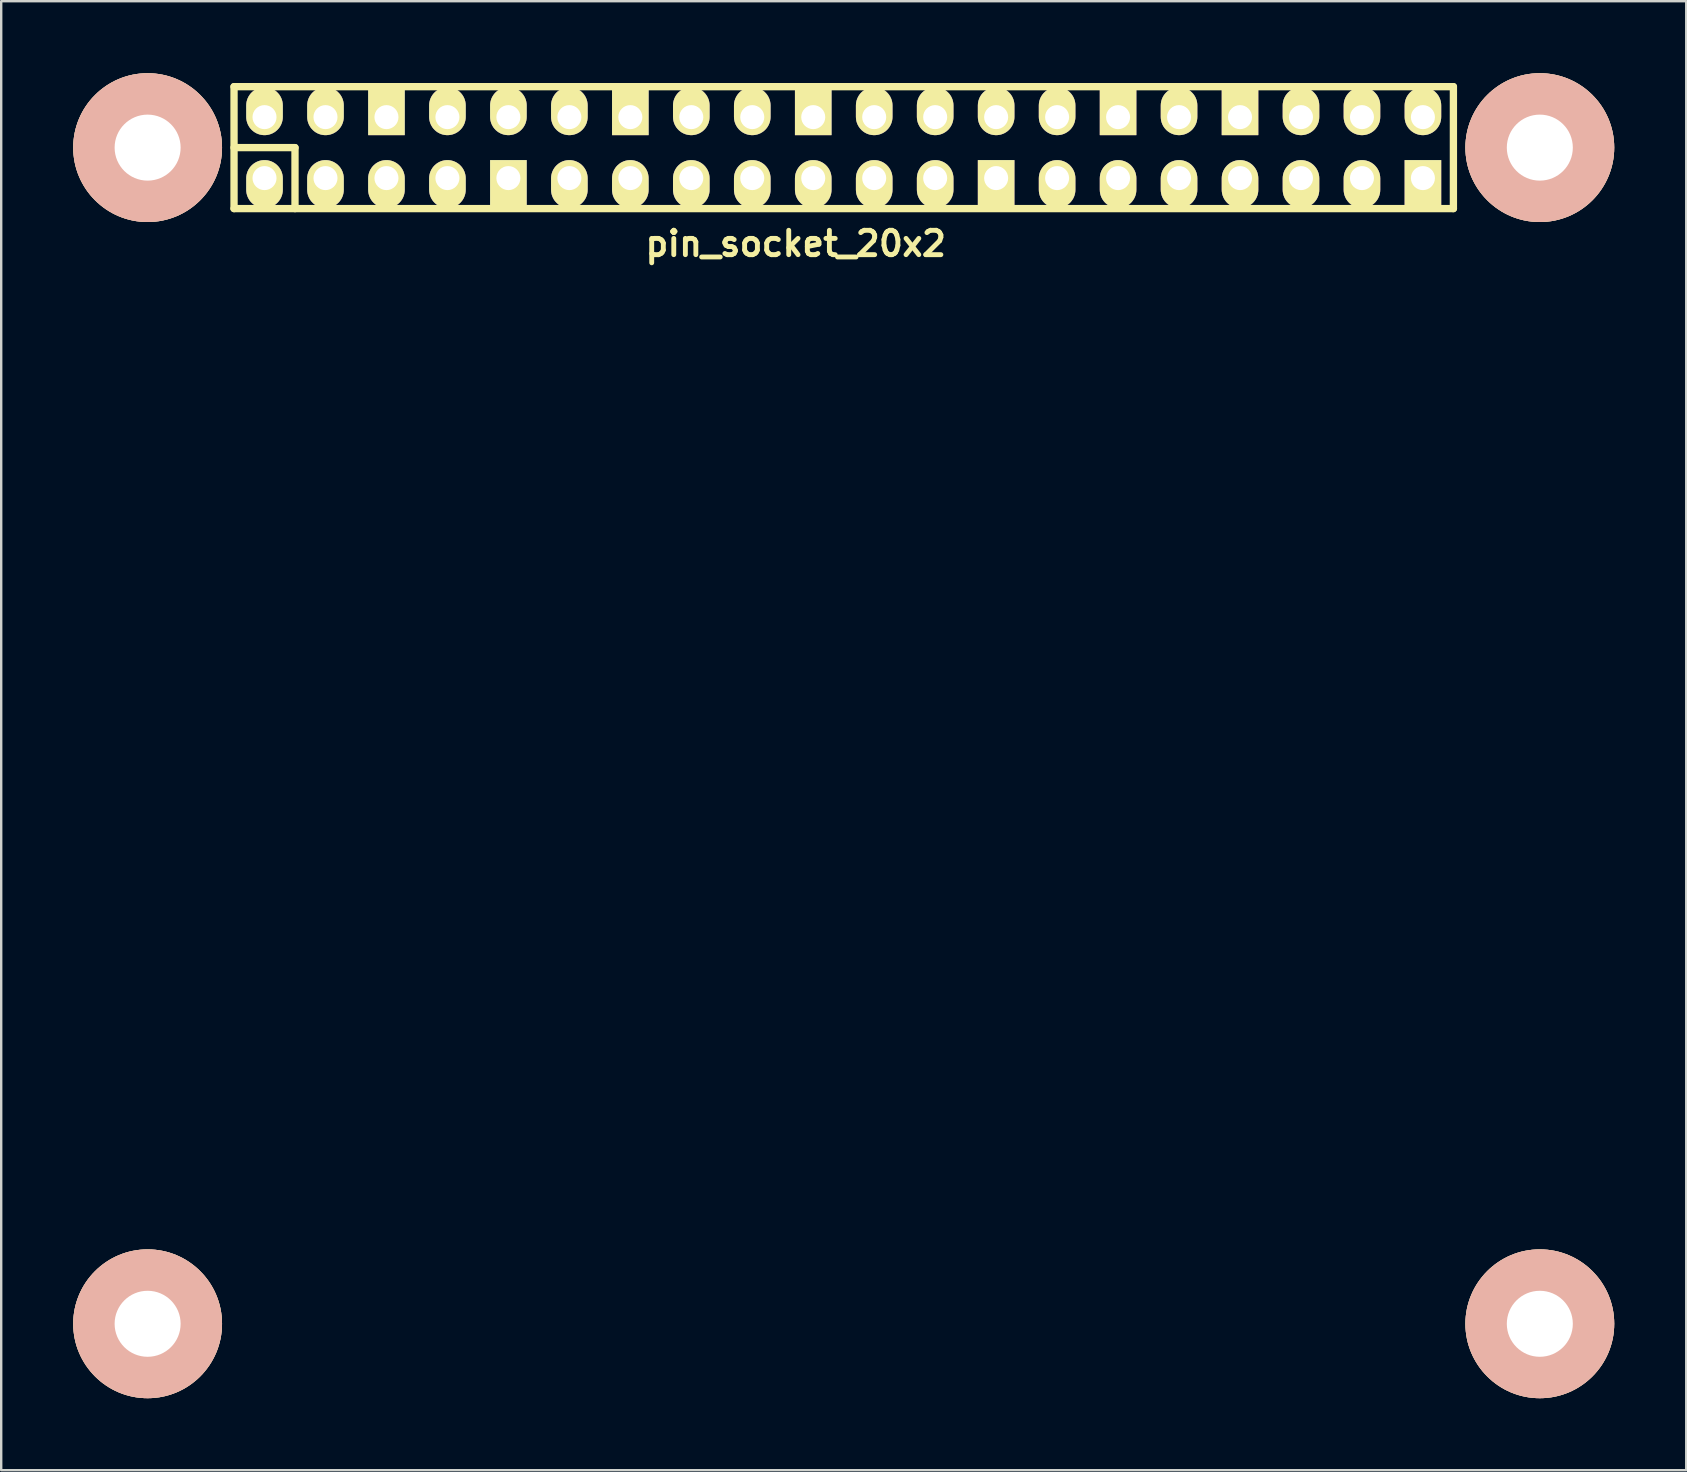
<source format=kicad_pcb>
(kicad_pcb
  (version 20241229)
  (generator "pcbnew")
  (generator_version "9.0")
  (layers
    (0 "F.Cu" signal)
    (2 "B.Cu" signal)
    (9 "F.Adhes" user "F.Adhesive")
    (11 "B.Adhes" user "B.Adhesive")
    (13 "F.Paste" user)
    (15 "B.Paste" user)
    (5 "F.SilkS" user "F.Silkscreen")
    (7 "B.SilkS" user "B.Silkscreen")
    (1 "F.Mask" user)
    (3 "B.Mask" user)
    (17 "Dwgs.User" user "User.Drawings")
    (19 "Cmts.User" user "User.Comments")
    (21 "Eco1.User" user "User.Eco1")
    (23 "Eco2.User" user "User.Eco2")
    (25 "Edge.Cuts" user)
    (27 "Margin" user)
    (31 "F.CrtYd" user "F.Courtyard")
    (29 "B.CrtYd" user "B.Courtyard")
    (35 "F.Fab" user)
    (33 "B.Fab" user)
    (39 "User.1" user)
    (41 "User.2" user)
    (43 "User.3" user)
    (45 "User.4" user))
  (footprint "pin_socket_20x2"
    (layer "F.Cu")
    (at 32.1 3.1)
    (property "Reference" "pin_socket_20x2" (at -2 4 0) (layer "F.SilkS") (effects (font (size 1.016 1.016) (thickness 0.203))))
    (attr through_hole)
    (fp_line (start -25.4 -2.54) (end -25.4 2.54) (stroke (width 0.305) (type solid)) (layer "F.SilkS"))
    (fp_line (start -25.4 -2.54) (end 25.4 -2.54) (stroke (width 0.305) (type solid)) (layer "F.SilkS"))
    (fp_line (start -25.4 0) (end -22.86 0) (stroke (width 0.305) (type solid)) (layer "F.SilkS"))
    (fp_line (start -22.86 0) (end -22.86 2.54) (stroke (width 0.305) (type solid)) (layer "F.SilkS"))
    (fp_line (start 25.4 2.54) (end -25.4 2.54) (stroke (width 0.305) (type solid)) (layer "F.SilkS"))
    (fp_line (start 25.4 2.54) (end 25.4 -2.54) (stroke (width 0.305) (type solid)) (layer "F.SilkS"))
    (pad "1" thru_hole oval (at -24.13 1.27) (size 1.524 1.999) (drill 1.001 (offset 0 0.249)) (layers "*.Cu" "*.Mask" "F.SilkS"))
    (pad "2" thru_hole oval (at -24.13 -1.27) (size 1.524 1.999) (drill 1.001 (offset 0 -0.249)) (layers "*.Cu" "*.Mask" "F.SilkS"))
    (pad "3" thru_hole oval (at -21.59 1.27) (size 1.524 1.999) (drill 1.001 (offset 0 0.249)) (layers "*.Cu" "*.Mask" "F.SilkS"))
    (pad "4" thru_hole oval (at -21.59 -1.27) (size 1.524 1.999) (drill 1.001 (offset 0 -0.249)) (layers "*.Cu" "*.Mask" "F.SilkS"))
    (pad "5" thru_hole oval (at -19.05 1.27) (size 1.524 1.999) (drill 1.001 (offset 0 0.249)) (layers "*.Cu" "*.Mask" "F.SilkS"))
    (pad "6" thru_hole rect (at -19.05 -1.27) (size 1.524 1.999) (drill 1.001 (offset 0 -0.249)) (layers "*.Cu" "*.Mask" "F.SilkS"))
    (pad "7" thru_hole oval (at -16.51 1.27) (size 1.524 1.999) (drill 1.001 (offset 0 0.249)) (layers "*.Cu" "*.Mask" "F.SilkS"))
    (pad "8" thru_hole oval (at -16.51 -1.27) (size 1.524 1.999) (drill 1.001 (offset 0 -0.249)) (layers "*.Cu" "*.Mask" "F.SilkS"))
    (pad "9" thru_hole rect (at -13.97 1.27) (size 1.524 1.999) (drill 1.001 (offset 0 0.249)) (layers "*.Cu" "*.Mask" "F.SilkS"))
    (pad "10" thru_hole oval (at -13.97 -1.27) (size 1.524 1.999) (drill 1.001 (offset 0 -0.249)) (layers "*.Cu" "*.Mask" "F.SilkS"))
    (pad "11" thru_hole oval (at -11.43 1.27) (size 1.524 1.999) (drill 1.001 (offset 0 0.249)) (layers "*.Cu" "*.Mask" "F.SilkS"))
    (pad "12" thru_hole oval (at -11.43 -1.27) (size 1.524 1.999) (drill 1.001 (offset 0 -0.249)) (layers "*.Cu" "*.Mask" "F.SilkS"))
    (pad "13" thru_hole oval (at -8.89 1.27) (size 1.524 1.999) (drill 1.001 (offset 0 0.249)) (layers "*.Cu" "*.Mask" "F.SilkS"))
    (pad "14" thru_hole rect (at -8.89 -1.27) (size 1.524 1.999) (drill 1.001 (offset 0 -0.249)) (layers "*.Cu" "*.Mask" "F.SilkS"))
    (pad "15" thru_hole oval (at -6.35 1.27) (size 1.524 1.999) (drill 1.001 (offset 0 0.249)) (layers "*.Cu" "*.Mask" "F.SilkS"))
    (pad "16" thru_hole oval (at -6.35 -1.27) (size 1.524 1.999) (drill 1.001 (offset 0 -0.249)) (layers "*.Cu" "*.Mask" "F.SilkS"))
    (pad "17" thru_hole oval (at -3.81 1.27) (size 1.524 1.999) (drill 1.001 (offset 0 0.249)) (layers "*.Cu" "*.Mask" "F.SilkS"))
    (pad "18" thru_hole oval (at -3.81 -1.27) (size 1.524 1.999) (drill 1.001 (offset 0 -0.249)) (layers "*.Cu" "*.Mask" "F.SilkS"))
    (pad "19" thru_hole oval (at -1.27 1.27) (size 1.524 1.999) (drill 1.001 (offset 0 0.249)) (layers "*.Cu" "*.Mask" "F.SilkS"))
    (pad "20" thru_hole rect (at -1.27 -1.27) (size 1.524 1.999) (drill 1.001 (offset 0 -0.249)) (layers "*.Cu" "*.Mask" "F.SilkS"))
    (pad "21" thru_hole oval (at 1.27 1.27) (size 1.524 1.999) (drill 1.001 (offset 0 0.249)) (layers "*.Cu" "*.Mask" "F.SilkS"))
    (pad "22" thru_hole oval (at 1.27 -1.27) (size 1.524 1.999) (drill 1.001 (offset 0 -0.249)) (layers "*.Cu" "*.Mask" "F.SilkS"))
    (pad "23" thru_hole oval (at 3.81 1.27) (size 1.524 1.999) (drill 1.001 (offset 0 0.249)) (layers "*.Cu" "*.Mask" "F.SilkS"))
    (pad "24" thru_hole oval (at 3.81 -1.27) (size 1.524 1.999) (drill 1.001 (offset 0 -0.249)) (layers "*.Cu" "*.Mask" "F.SilkS"))
    (pad "25" thru_hole rect (at 6.35 1.27) (size 1.524 1.999) (drill 1.001 (offset 0 0.249)) (layers "*.Cu" "*.Mask" "F.SilkS"))
    (pad "26" thru_hole oval (at 6.35 -1.27) (size 1.524 1.999) (drill 1.001 (offset 0 -0.249)) (layers "*.Cu" "*.Mask" "F.SilkS"))
    (pad "27" thru_hole oval (at 8.89 1.27) (size 1.524 1.999) (drill 1.001 (offset 0 0.249)) (layers "*.Cu" "*.Mask" "F.SilkS"))
    (pad "28" thru_hole oval (at 8.89 -1.27) (size 1.524 1.999) (drill 1.001 (offset 0 -0.249)) (layers "*.Cu" "*.Mask" "F.SilkS"))
    (pad "29" thru_hole oval (at 11.43 1.27) (size 1.524 1.999) (drill 1.001 (offset 0 0.249)) (layers "*.Cu" "*.Mask" "F.SilkS"))
    (pad "30" thru_hole rect (at 11.43 -1.27) (size 1.524 1.999) (drill 1.001 (offset 0 -0.249)) (layers "*.Cu" "*.Mask" "F.SilkS"))
    (pad "31" thru_hole oval (at 13.97 1.27) (size 1.524 1.999) (drill 1.001 (offset 0 0.249)) (layers "*.Cu" "*.Mask" "F.SilkS"))
    (pad "32" thru_hole oval (at 13.97 -1.27) (size 1.524 1.999) (drill 1.001 (offset 0 -0.249)) (layers "*.Cu" "*.Mask" "F.SilkS"))
    (pad "33" thru_hole oval (at 16.51 1.27) (size 1.524 1.999) (drill 1.001 (offset 0 0.249)) (layers "*.Cu" "*.Mask" "F.SilkS"))
    (pad "34" thru_hole rect (at 16.51 -1.27) (size 1.524 1.999) (drill 1.001 (offset 0 -0.249)) (layers "*.Cu" "*.Mask" "F.SilkS"))
    (pad "35" thru_hole oval (at 19.05 1.27) (size 1.524 1.999) (drill 1.001 (offset 0 0.249)) (layers "*.Cu" "*.Mask" "F.SilkS"))
    (pad "36" thru_hole oval (at 19.05 -1.27) (size 1.524 1.999) (drill 1.001 (offset 0 -0.249)) (layers "*.Cu" "*.Mask" "F.SilkS"))
    (pad "37" thru_hole oval (at 21.59 1.27) (size 1.524 1.999) (drill 1.001 (offset 0 0.249)) (layers "*.Cu" "*.Mask" "F.SilkS"))
    (pad "38" thru_hole oval (at 21.59 -1.27) (size 1.524 1.999) (drill 1.001 (offset 0 -0.249)) (layers "*.Cu" "*.Mask" "F.SilkS"))
    (pad "39" thru_hole rect (at 24.13 1.27) (size 1.524 1.999) (drill 1.001 (offset 0 0.249)) (layers "*.Cu" "*.Mask" "F.SilkS"))
    (pad "40" thru_hole oval (at 24.13 -1.27) (size 1.524 1.999) (drill 1.001 (offset 0 -0.249)) (layers "*.Cu" "*.Mask" "F.SilkS"))
    (pad "41" thru_hole circle (at -29 0) (size 6.2 6.2) (drill 2.75) (layers "*.Cu" "*.SilkS" "*.Mask"))
    (pad "42" thru_hole circle (at 29 0) (size 6.2 6.2) (drill 2.75) (layers "*.Cu" "*.SilkS" "*.Mask"))
    (pad "43" thru_hole circle (at 29 49) (size 6.2 6.2) (drill 2.75) (layers "*.Cu" "*.SilkS" "*.Mask"))
    (pad "44" thru_hole circle (at -29 49) (size 6.2 6.2) (drill 2.75) (layers "*.Cu" "*.SilkS" "*.Mask")))
  (gr_rect
    (start -3 -3)
    (end 67.2 58.2)
    (stroke (width 0.1) (type default))
    (fill no)
    (layer "Edge.Cuts")))
</source>
